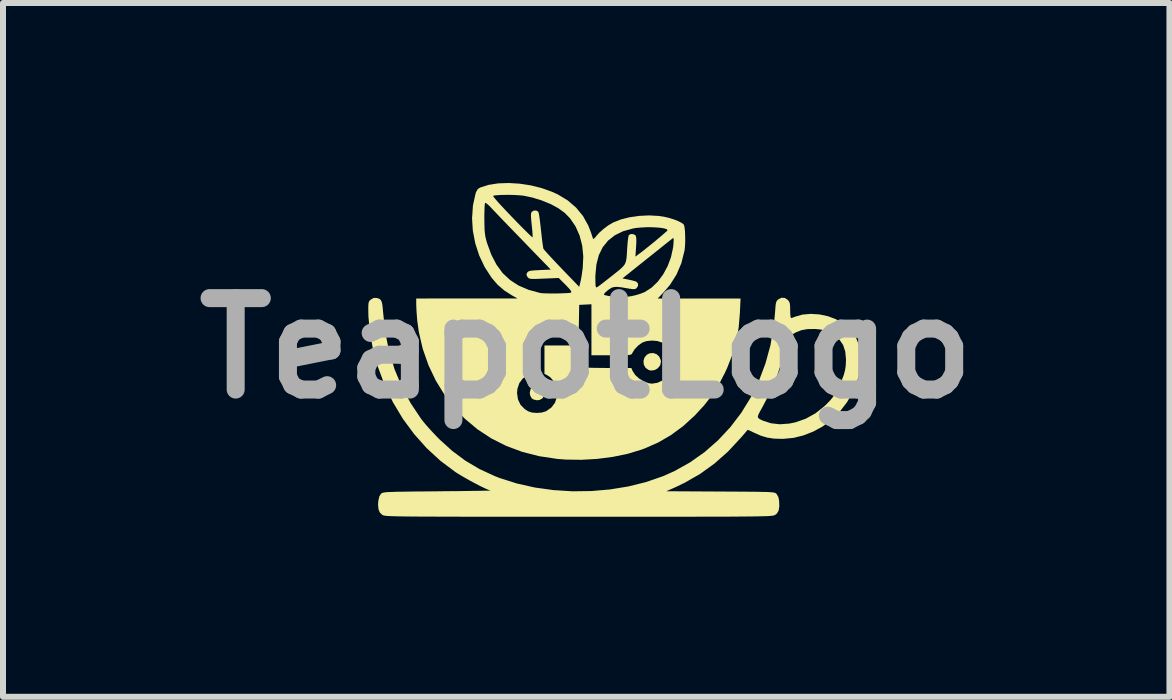
<source format=kicad_pcb>
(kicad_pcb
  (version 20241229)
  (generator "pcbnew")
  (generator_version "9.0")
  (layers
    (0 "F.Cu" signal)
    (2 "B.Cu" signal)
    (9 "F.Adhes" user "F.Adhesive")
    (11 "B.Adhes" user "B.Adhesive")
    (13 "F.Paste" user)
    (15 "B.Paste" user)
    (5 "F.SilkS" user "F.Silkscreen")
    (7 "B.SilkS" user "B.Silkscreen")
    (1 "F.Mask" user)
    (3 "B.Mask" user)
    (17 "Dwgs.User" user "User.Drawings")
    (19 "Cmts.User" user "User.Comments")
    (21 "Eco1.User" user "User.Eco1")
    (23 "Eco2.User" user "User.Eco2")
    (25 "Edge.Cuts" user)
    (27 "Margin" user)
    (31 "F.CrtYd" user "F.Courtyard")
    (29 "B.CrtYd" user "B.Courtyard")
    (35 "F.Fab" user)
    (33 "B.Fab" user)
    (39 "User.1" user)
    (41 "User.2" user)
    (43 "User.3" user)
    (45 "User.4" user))
  (footprint "TeapotLogo"
    (layer "F.Cu")
    (at 6.72 2.713)
    (property "Reference" "TeapotLogo" (at 0 0.04 0) (layer "F.Fab") (effects (font (size 1.524 1.524) (thickness 0.3))))
    (attr board_only exclude_from_pos_files exclude_from_bom)
    (fp_poly (pts (xy -0.76 0.675) (xy -0.729 0.696) (xy -0.702 0.743) (xy -0.696 0.786) (xy -0.708 0.844) (xy -0.729 0.876) (xy -0.776 0.902) (xy -0.818 0.908) (xy -0.876 0.896) (xy -0.908 0.876) (xy -0.934 0.828) (xy -0.941 0.786) (xy -0.929 0.728) (xy -0.908 0.696) (xy -0.861 0.67) (xy -0.818 0.663)) (stroke (width 0) (type solid)) (fill yes) (layer "F.SilkS"))
    (fp_poly (pts (xy 1.173 0.14) (xy 1.218 0.182) (xy 1.243 0.242) (xy 1.245 0.27) (xy 1.231 0.328) (xy 1.192 0.375) (xy 1.139 0.405) (xy 1.079 0.413) (xy 1.039 0.403) (xy 0.989 0.367) (xy 0.96 0.315) (xy 0.954 0.257) (xy 0.969 0.2) (xy 1.006 0.153) (xy 1.051 0.127) (xy 1.115 0.12)) (stroke (width 0) (type solid)) (fill yes) (layer "F.SilkS"))
    (fp_poly (pts (xy 3.311 -0.797) (xy 3.359 -0.765) (xy 3.379 -0.741) (xy 3.391 -0.714) (xy 3.397 -0.675) (xy 3.399 -0.616) (xy 3.399 -0.593) (xy 3.4 -0.533) (xy 3.405 -0.487) (xy 3.411 -0.464) (xy 3.413 -0.462) (xy 3.437 -0.468) (xy 3.476 -0.482) (xy 3.482 -0.485) (xy 3.604 -0.52) (xy 3.741 -0.532) (xy 3.886 -0.523) (xy 4.028 -0.493) (xy 4.162 -0.443) (xy 4.17 -0.438) (xy 4.306 -0.355) (xy 4.415 -0.255) (xy 4.495 -0.138) (xy 4.548 -0.004) (xy 4.574 0.149) (xy 4.577 0.223) (xy 4.562 0.409) (xy 4.516 0.594) (xy 4.444 0.772) (xy 4.346 0.941) (xy 4.227 1.096) (xy 4.088 1.234) (xy 3.933 1.349) (xy 3.781 1.431) (xy 3.616 1.495) (xy 3.457 1.534) (xy 3.295 1.55) (xy 3.26 1.551) (xy 3.129 1.547) (xy 3.017 1.53) (xy 2.912 1.499) (xy 2.805 1.452) (xy 2.752 1.426) (xy 2.711 1.408) (xy 2.691 1.401) (xy 2.69 1.401) (xy 2.678 1.415) (xy 2.65 1.448) (xy 2.61 1.495) (xy 2.574 1.536) (xy 2.362 1.764) (xy 2.138 1.962) (xy 1.9 2.134) (xy 1.644 2.281) (xy 1.497 2.352) (xy 1.336 2.424) (xy 2.237 2.429) (xy 2.431 2.43) (xy 2.595 2.431) (xy 2.731 2.432) (xy 2.843 2.433) (xy 2.933 2.435) (xy 3.004 2.436) (xy 3.057 2.439) (xy 3.097 2.442) (xy 3.125 2.446) (xy 3.144 2.45) (xy 3.156 2.456) (xy 3.165 2.462) (xy 3.172 2.469) (xy 3.203 2.522) (xy 3.215 2.586) (xy 3.218 2.679) (xy 3.206 2.748) (xy 3.177 2.796) (xy 3.149 2.818) (xy 3.142 2.821) (xy 3.134 2.825) (xy 3.123 2.828) (xy 3.108 2.831) (xy 3.088 2.833) (xy 3.06 2.836) (xy 3.025 2.838) (xy 2.979 2.84) (xy 2.923 2.841) (xy 2.854 2.843) (xy 2.772 2.844) (xy 2.675 2.845) (xy 2.561 2.846) (xy 2.429 2.847) (xy 2.279 2.848) (xy 2.107 2.848) (xy 1.914 2.848) (xy 1.698 2.849) (xy 1.457 2.849) (xy 1.19 2.849) (xy 0.896 2.849) (xy 0.573 2.849) (xy 0.221 2.849) (xy -0.125 2.849) (xy -0.506 2.849) (xy -0.856 2.849) (xy -1.176 2.849) (xy -1.467 2.849) (xy -1.732 2.849) (xy -1.97 2.849) (xy -2.184 2.848) (xy -2.375 2.848) (xy -2.544 2.847) (xy -2.693 2.847) (xy -2.822 2.846) (xy -2.935 2.845) (xy -3.03 2.844) (xy -3.111 2.843) (xy -3.179 2.841) (xy -3.234 2.84) (xy -3.278 2.838) (xy -3.313 2.836) (xy -3.34 2.833) (xy -3.36 2.831) (xy -3.374 2.828) (xy -3.385 2.824) (xy -3.393 2.821) (xy -3.399 2.818) (xy -3.439 2.78) (xy -3.462 2.725) (xy -3.469 2.648) (xy -3.465 2.586) (xy -3.448 2.51) (xy -3.422 2.469) (xy -3.414 2.461) (xy -3.404 2.455) (xy -3.391 2.449) (xy -3.37 2.445) (xy -3.34 2.441) (xy -3.299 2.438) (xy -3.242 2.436) (xy -3.169 2.433) (xy -3.075 2.432) (xy -2.959 2.43) (xy -2.818 2.428) (xy -2.65 2.427) (xy -2.478 2.425) (xy -2.31 2.423) (xy -2.153 2.422) (xy -2.009 2.42) (xy -1.883 2.418) (xy -1.775 2.417) (xy -1.69 2.415) (xy -1.63 2.414) (xy -1.598 2.413) (xy -1.593 2.413) (xy -1.628 2.401) (xy -1.686 2.376) (xy -1.76 2.341) (xy -1.844 2.297) (xy -1.933 2.25) (xy -2.021 2.2) (xy -2.102 2.153) (xy -2.171 2.11) (xy -2.181 2.103) (xy -2.43 1.917) (xy -2.66 1.705) (xy -2.869 1.47) (xy -3.057 1.215) (xy -3.221 0.941) (xy -3.36 0.651) (xy -3.473 0.348) (xy -3.558 0.032) (xy -3.566 -0.008) (xy -3.609 -0.259) (xy -3.63 -0.491) (xy -3.632 -0.587) (xy -3.632 -0.658) (xy -3.629 -0.705) (xy -3.622 -0.734) (xy -3.609 -0.754) (xy -3.588 -0.772) (xy -3.588 -0.772) (xy -3.541 -0.798) (xy -3.494 -0.797) (xy -3.455 -0.787) (xy -3.428 -0.768) (xy -3.41 -0.737) (xy -3.398 -0.688) (xy -3.39 -0.614) (xy -3.386 -0.565) (xy -3.35 -0.23) (xy -3.287 0.087) (xy -3.195 0.389) (xy -3.075 0.678) (xy -2.926 0.956) (xy -2.75 1.22) (xy -2.703 1.279) (xy -2.639 1.354) (xy -2.565 1.435) (xy -2.487 1.517) (xy -2.444 1.561) (xy -2.233 1.752) (xy -2.014 1.915) (xy -1.781 2.053) (xy -1.528 2.17) (xy -1.439 2.205) (xy -1.155 2.295) (xy -0.856 2.362) (xy -0.547 2.405) (xy -0.233 2.425) (xy 0.084 2.421) (xy 0.397 2.394) (xy 0.703 2.344) (xy 0.997 2.271) (xy 1.275 2.175) (xy 1.467 2.09) (xy 1.73 1.943) (xy 1.974 1.771) (xy 2.198 1.574) (xy 2.402 1.356) (xy 2.537 1.179) (xy 2.86 1.179) (xy 2.866 1.202) (xy 2.888 1.22) (xy 2.926 1.239) (xy 2.942 1.247) (xy 3.078 1.291) (xy 3.227 1.308) (xy 3.388 1.296) (xy 3.489 1.275) (xy 3.657 1.216) (xy 3.818 1.127) (xy 3.965 1.011) (xy 3.997 0.981) (xy 4.062 0.914) (xy 4.11 0.856) (xy 4.15 0.797) (xy 4.189 0.724) (xy 4.211 0.679) (xy 4.259 0.574) (xy 4.292 0.487) (xy 4.313 0.41) (xy 4.325 0.332) (xy 4.329 0.244) (xy 4.329 0.224) (xy 4.317 0.095) (xy 4.281 -0.014) (xy 4.219 -0.105) (xy 4.128 -0.181) (xy 4.036 -0.232) (xy 3.974 -0.256) (xy 3.909 -0.271) (xy 3.828 -0.279) (xy 3.803 -0.28) (xy 3.685 -0.278) (xy 3.585 -0.26) (xy 3.491 -0.222) (xy 3.427 -0.185) (xy 3.379 -0.151) (xy 3.354 -0.118) (xy 3.341 -0.076) (xy 3.341 -0.076) (xy 3.276 0.209) (xy 3.182 0.496) (xy 3.062 0.781) (xy 2.937 1.021) (xy 2.896 1.094) (xy 2.87 1.145) (xy 2.86 1.179) (xy 2.537 1.179) (xy 2.584 1.117) (xy 2.743 0.859) (xy 2.878 0.584) (xy 2.987 0.295) (xy 3.07 -0.008) (xy 3.125 -0.323) (xy 3.147 -0.556) (xy 3.153 -0.637) (xy 3.158 -0.692) (xy 3.166 -0.727) (xy 3.177 -0.75) (xy 3.193 -0.767) (xy 3.199 -0.773) (xy 3.256 -0.801)) (stroke (width 0) (type solid)) (fill yes) (layer "F.SilkS"))
    (fp_poly (pts (xy -1.111 -2.702) (xy -0.926 -2.674) (xy -0.745 -2.629) (xy -0.574 -2.568) (xy -0.476 -2.524) (xy -0.31 -2.424) (xy -0.169 -2.303) (xy -0.054 -2.163) (xy 0.035 -2.003) (xy 0.08 -1.886) (xy 0.096 -1.836) (xy 0.109 -1.797) (xy 0.113 -1.786) (xy 0.126 -1.782) (xy 0.152 -1.808) (xy 0.168 -1.829) (xy 0.219 -1.886) (xy 0.288 -1.947) (xy 0.365 -2.005) (xy 0.44 -2.05) (xy 0.444 -2.052) (xy 0.572 -2.104) (xy 0.722 -2.142) (xy 0.884 -2.165) (xy 1.049 -2.173) (xy 1.21 -2.164) (xy 1.295 -2.151) (xy 1.377 -2.132) (xy 1.458 -2.107) (xy 1.53 -2.079) (xy 1.587 -2.05) (xy 1.623 -2.024) (xy 1.629 -2.014) (xy 1.639 -1.972) (xy 1.646 -1.906) (xy 1.649 -1.826) (xy 1.65 -1.74) (xy 1.646 -1.659) (xy 1.639 -1.59) (xy 1.637 -1.582) (xy 1.586 -1.378) (xy 1.506 -1.19) (xy 1.398 -1.018) (xy 1.29 -0.891) (xy 1.191 -0.788) (xy 2.572 -0.788) (xy 2.561 -0.548) (xy 2.541 -0.306) (xy 2.5 -0.079) (xy 2.437 0.143) (xy 2.349 0.369) (xy 2.311 0.451) (xy 2.209 0.648) (xy 2.096 0.826) (xy 1.965 0.993) (xy 1.81 1.161) (xy 1.809 1.162) (xy 1.615 1.339) (xy 1.414 1.487) (xy 1.201 1.611) (xy 0.969 1.713) (xy 0.919 1.731) (xy 0.692 1.8) (xy 0.445 1.851) (xy 0.184 1.885) (xy -0.082 1.9) (xy -0.345 1.896) (xy -0.484 1.885) (xy -0.783 1.84) (xy -1.066 1.768) (xy -1.332 1.669) (xy -1.581 1.544) (xy -1.811 1.393) (xy -2.02 1.218) (xy -2.176 1.057) (xy -2.354 0.828) (xy -2.38 0.786) (xy -1.153 0.786) (xy -1.138 0.892) (xy -1.096 0.982) (xy -1.025 1.055) (xy -0.965 1.093) (xy -0.902 1.113) (xy -0.823 1.119) (xy -0.743 1.113) (xy -0.674 1.093) (xy -0.667 1.089) (xy -0.581 1.029) (xy -0.521 0.95) (xy -0.489 0.854) (xy -0.484 0.786) (xy -0.498 0.683) (xy -0.538 0.593) (xy -0.602 0.522) (xy -0.651 0.49) (xy -0.696 0.467) (xy -0.696 -0.005) (xy -0.125 -0.005) (xy -0.125 0.134) (xy -0.121 0.229) (xy -0.109 0.297) (xy -0.088 0.34) (xy -0.069 0.357) (xy -0.049 0.361) (xy -0.000091 0.364) (xy 0.072 0.366) (xy 0.162 0.368) (xy 0.267 0.369) (xy 0.35 0.37) (xy 0.752 0.37) (xy 0.771 0.416) (xy 0.815 0.485) (xy 0.882 0.546) (xy 0.962 0.595) (xy 1.046 0.625) (xy 1.099 0.631) (xy 1.189 0.616) (xy 1.278 0.574) (xy 1.356 0.511) (xy 1.415 0.433) (xy 1.427 0.411) (xy 1.454 0.315) (xy 1.453 0.216) (xy 1.425 0.121) (xy 1.373 0.036) (xy 1.299 -0.032) (xy 1.261 -0.055) (xy 1.184 -0.08) (xy 1.093 -0.087) (xy 1.004 -0.078) (xy 0.937 -0.055) (xy 0.87 -0.008) (xy 0.808 0.056) (xy 0.768 0.121) (xy 0.761 0.133) (xy 0.752 0.142) (xy 0.735 0.149) (xy 0.706 0.153) (xy 0.662 0.156) (xy 0.596 0.157) (xy 0.506 0.158) (xy 0.419 0.158) (xy 0.087 0.158) (xy 0.087 -0.692) (xy -0.015 -0.687) (xy -0.117 -0.682) (xy -0.121 -0.45) (xy -0.126 -0.217) (xy -0.481 -0.217) (xy -0.601 -0.217) (xy -0.694 -0.216) (xy -0.762 -0.213) (xy -0.81 -0.21) (xy -0.843 -0.204) (xy -0.864 -0.197) (xy -0.872 -0.192) (xy -0.884 -0.182) (xy -0.894 -0.169) (xy -0.9 -0.149) (xy -0.904 -0.116) (xy -0.907 -0.066) (xy -0.908 0.006) (xy -0.908 0.104) (xy -0.908 0.142) (xy -0.908 0.451) (xy -0.969 0.482) (xy -1.056 0.543) (xy -1.115 0.622) (xy -1.147 0.718) (xy -1.153 0.786) (xy -2.38 0.786) (xy -2.506 0.582) (xy -2.63 0.321) (xy -2.725 0.049) (xy -2.79 -0.232) (xy -2.816 -0.42) (xy -2.823 -0.505) (xy -2.829 -0.589) (xy -2.832 -0.661) (xy -2.833 -0.693) (xy -2.833 -0.788) (xy -1.989 -0.789) (xy -1.144 -0.789) (xy -1.232 -0.837) (xy -1.256 -0.852) (xy 0.295 -0.852) (xy 0.318 -0.842) (xy 0.365 -0.832) (xy 0.426 -0.821) (xy 0.491 -0.813) (xy 0.552 -0.808) (xy 0.568 -0.807) (xy 0.617 -0.81) (xy 0.684 -0.817) (xy 0.755 -0.828) (xy 0.757 -0.828) (xy 0.834 -0.846) (xy 0.914 -0.871) (xy 0.974 -0.895) (xy 1.088 -0.968) (xy 1.192 -1.068) (xy 1.282 -1.189) (xy 1.357 -1.328) (xy 1.413 -1.478) (xy 1.447 -1.634) (xy 1.453 -1.685) (xy 1.457 -1.747) (xy 1.457 -1.782) (xy 1.452 -1.795) (xy 1.44 -1.791) (xy 1.44 -1.79) (xy 1.422 -1.776) (xy 1.381 -1.744) (xy 1.322 -1.697) (xy 1.247 -1.637) (xy 1.16 -1.567) (xy 1.063 -1.49) (xy 1.01 -1.448) (xy 0.604 -1.123) (xy 0.709 -1.102) (xy 0.767 -1.089) (xy 0.814 -1.076) (xy 0.838 -1.067) (xy 0.862 -1.038) (xy 0.864 -0.999) (xy 0.841 -0.963) (xy 0.824 -0.95) (xy 0.803 -0.944) (xy 0.77 -0.945) (xy 0.718 -0.952) (xy 0.673 -0.96) (xy 0.583 -0.975) (xy 0.517 -0.982) (xy 0.468 -0.98) (xy 0.428 -0.97) (xy 0.391 -0.948) (xy 0.358 -0.924) (xy 0.32 -0.891) (xy 0.297 -0.864) (xy 0.295 -0.852) (xy -1.256 -0.852) (xy -1.364 -0.921) (xy -1.475 -1.016) (xy -1.575 -1.132) (xy -1.578 -1.136) (xy -1.693 -1.313) (xy -1.784 -1.506) (xy -1.85 -1.71) (xy -1.89 -1.92) (xy -1.903 -2.131) (xy -1.9 -2.164) (xy -1.698 -2.164) (xy -1.698 -2.113) (xy -1.696 -2.01) (xy -1.694 -1.932) (xy -1.688 -1.87) (xy -1.68 -1.816) (xy -1.667 -1.763) (xy -1.653 -1.713) (xy -1.582 -1.519) (xy -1.496 -1.353) (xy -1.393 -1.212) (xy -1.27 -1.097) (xy -1.127 -1.004) (xy -0.961 -0.933) (xy -0.771 -0.881) (xy -0.769 -0.881) (xy -0.732 -0.876) (xy -0.674 -0.874) (xy -0.6 -0.872) (xy -0.52 -0.872) (xy -0.438 -0.873) (xy -0.364 -0.876) (xy -0.304 -0.879) (xy -0.265 -0.883) (xy -0.255 -0.886) (xy -0.248 -0.897) (xy -0.255 -0.917) (xy -0.28 -0.948) (xy -0.325 -0.996) (xy -0.344 -1.016) (xy -0.458 -1.13) (xy -0.705 -1.12) (xy -0.799 -1.116) (xy -0.866 -1.114) (xy -0.912 -1.115) (xy -0.941 -1.119) (xy -0.958 -1.126) (xy -0.97 -1.137) (xy -0.979 -1.148) (xy -0.996 -1.18) (xy -0.991 -1.207) (xy -0.983 -1.22) (xy -0.97 -1.235) (xy -0.95 -1.245) (xy -0.916 -1.252) (xy -0.862 -1.257) (xy -0.782 -1.261) (xy -0.776 -1.262) (xy -0.59 -1.27) (xy -0.835 -1.522) (xy -0.925 -1.615) (xy -1.024 -1.718) (xy -1.124 -1.821) (xy -1.217 -1.917) (xy -1.285 -1.987) (xy -1.359 -2.064) (xy -1.433 -2.141) (xy -1.5 -2.211) (xy -1.554 -2.268) (xy -1.581 -2.297) (xy -1.624 -2.341) (xy -1.66 -2.371) (xy -1.682 -2.383) (xy -1.686 -2.382) (xy -1.69 -2.361) (xy -1.694 -2.315) (xy -1.696 -2.247) (xy -1.698 -2.164) (xy -1.9 -2.164) (xy -1.888 -2.338) (xy -1.853 -2.498) (xy -1.553 -2.498) (xy -1.545 -2.484) (xy -1.517 -2.449) (xy -1.472 -2.397) (xy -1.412 -2.331) (xy -1.34 -2.254) (xy -1.258 -2.168) (xy -1.234 -2.143) (xy -1.15 -2.056) (xy -1.073 -1.978) (xy -1.006 -1.911) (xy -0.953 -1.859) (xy -0.915 -1.823) (xy -0.896 -1.808) (xy -0.895 -1.808) (xy -0.893 -1.826) (xy -0.895 -1.87) (xy -0.9 -1.934) (xy -0.908 -2.01) (xy -0.908 -2.011) (xy -0.917 -2.098) (xy -0.921 -2.159) (xy -0.92 -2.198) (xy -0.914 -2.222) (xy -0.908 -2.232) (xy -0.875 -2.253) (xy -0.834 -2.254) (xy -0.802 -2.236) (xy -0.797 -2.228) (xy -0.79 -2.203) (xy -0.781 -2.151) (xy -0.771 -2.079) (xy -0.761 -1.993) (xy -0.753 -1.922) (xy -0.743 -1.829) (xy -0.733 -1.746) (xy -0.724 -1.679) (xy -0.717 -1.634) (xy -0.714 -1.619) (xy -0.7 -1.6) (xy -0.667 -1.562) (xy -0.617 -1.507) (xy -0.554 -1.439) (xy -0.481 -1.361) (xy -0.411 -1.288) (xy -0.117 -0.983) (xy -0.097 -1.061) (xy -0.086 -1.113) (xy -0.081 -1.142) (xy 0.152 -1.142) (xy 0.153 -1.063) (xy 0.155 -1.012) (xy 0.16 -0.983) (xy 0.168 -0.973) (xy 0.176 -0.974) (xy 0.196 -0.986) (xy 0.237 -1.016) (xy 0.294 -1.06) (xy 0.362 -1.113) (xy 0.428 -1.165) (xy 0.51 -1.23) (xy 0.571 -1.28) (xy 0.614 -1.322) (xy 0.643 -1.36) (xy 0.661 -1.403) (xy 0.671 -1.455) (xy 0.677 -1.524) (xy 0.682 -1.616) (xy 0.684 -1.645) (xy 0.69 -1.72) (xy 0.697 -1.783) (xy 0.705 -1.828) (xy 0.711 -1.845) (xy 0.743 -1.863) (xy 0.785 -1.861) (xy 0.82 -1.842) (xy 0.822 -1.84) (xy 0.831 -1.818) (xy 0.835 -1.778) (xy 0.835 -1.714) (xy 0.831 -1.651) (xy 0.82 -1.486) (xy 0.865 -1.52) (xy 0.913 -1.556) (xy 0.974 -1.603) (xy 1.042 -1.658) (xy 1.114 -1.716) (xy 1.184 -1.774) (xy 1.247 -1.827) (xy 1.3 -1.873) (xy 1.338 -1.906) (xy 1.355 -1.923) (xy 1.355 -1.924) (xy 1.345 -1.941) (xy 1.309 -1.954) (xy 1.25 -1.965) (xy 1.176 -1.972) (xy 1.091 -1.976) (xy 1 -1.976) (xy 0.91 -1.971) (xy 0.825 -1.963) (xy 0.776 -1.954) (xy 0.614 -1.909) (xy 0.477 -1.842) (xy 0.364 -1.753) (xy 0.275 -1.643) (xy 0.21 -1.511) (xy 0.17 -1.357) (xy 0.153 -1.18) (xy 0.152 -1.142) (xy -0.081 -1.142) (xy -0.074 -1.184) (xy -0.063 -1.264) (xy -0.058 -1.301) (xy -0.049 -1.49) (xy -0.067 -1.671) (xy -0.111 -1.839) (xy -0.179 -1.992) (xy -0.271 -2.126) (xy -0.359 -2.216) (xy -0.462 -2.291) (xy -0.591 -2.361) (xy -0.737 -2.421) (xy -0.895 -2.47) (xy -1.04 -2.501) (xy -1.097 -2.507) (xy -1.17 -2.512) (xy -1.253 -2.515) (xy -1.337 -2.515) (xy -1.416 -2.514) (xy -1.483 -2.51) (xy -1.531 -2.505) (xy -1.553 -2.498) (xy -1.853 -2.498) (xy -1.844 -2.537) (xy -1.836 -2.563) (xy -1.805 -2.614) (xy -1.766 -2.638) (xy -1.627 -2.682) (xy -1.467 -2.707) (xy -1.293 -2.713)) (stroke (width 0) (type solid)) (fill yes) (layer "F.SilkS")))
  (gr_rect
    (start -3 -3)
    (end 16.44 8.563)
    (stroke (width 0.1) (type default))
    (fill no)
    (layer "Edge.Cuts")))
</source>
